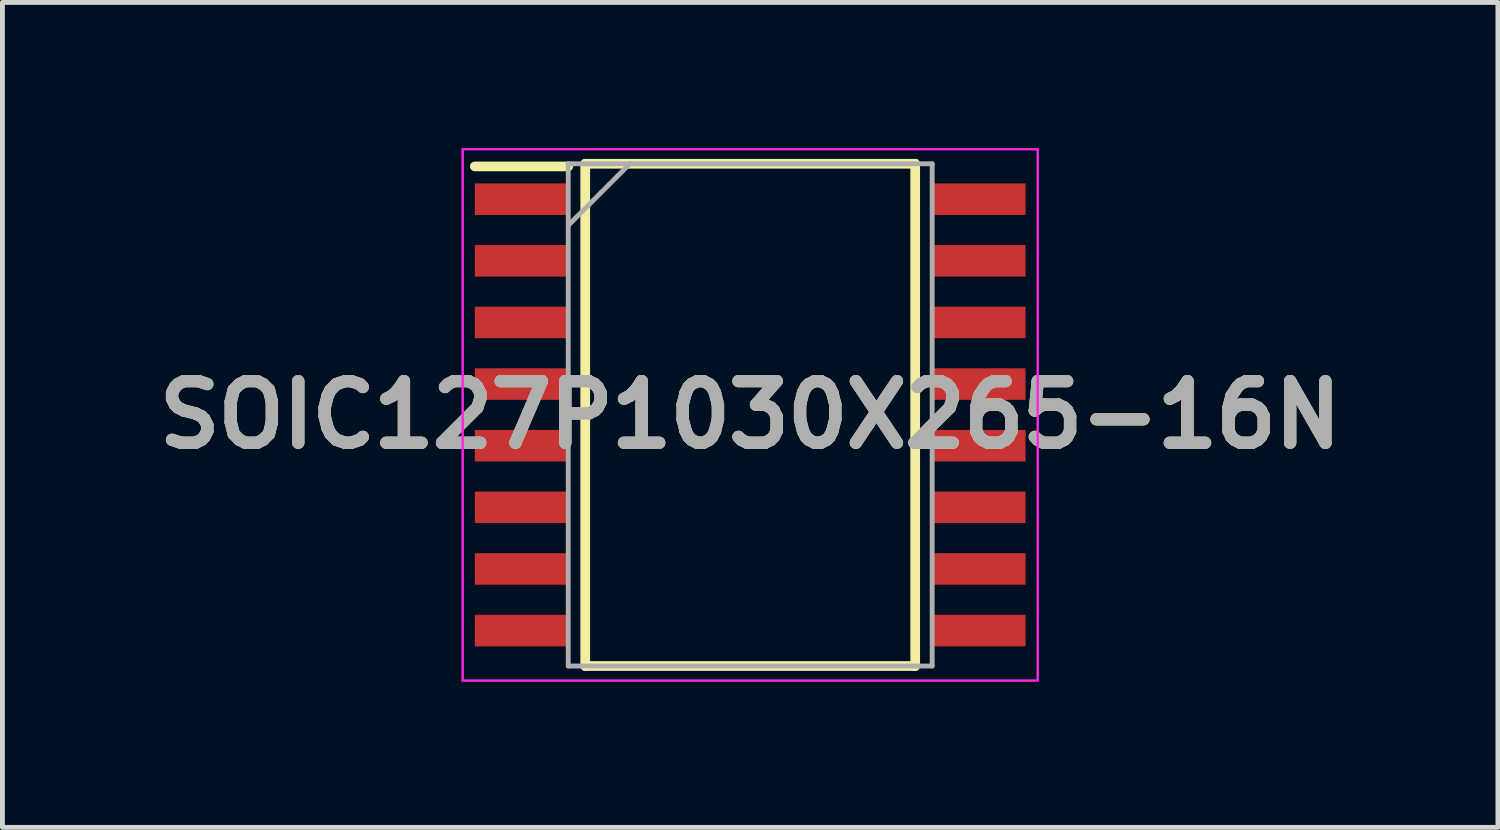
<source format=kicad_pcb>
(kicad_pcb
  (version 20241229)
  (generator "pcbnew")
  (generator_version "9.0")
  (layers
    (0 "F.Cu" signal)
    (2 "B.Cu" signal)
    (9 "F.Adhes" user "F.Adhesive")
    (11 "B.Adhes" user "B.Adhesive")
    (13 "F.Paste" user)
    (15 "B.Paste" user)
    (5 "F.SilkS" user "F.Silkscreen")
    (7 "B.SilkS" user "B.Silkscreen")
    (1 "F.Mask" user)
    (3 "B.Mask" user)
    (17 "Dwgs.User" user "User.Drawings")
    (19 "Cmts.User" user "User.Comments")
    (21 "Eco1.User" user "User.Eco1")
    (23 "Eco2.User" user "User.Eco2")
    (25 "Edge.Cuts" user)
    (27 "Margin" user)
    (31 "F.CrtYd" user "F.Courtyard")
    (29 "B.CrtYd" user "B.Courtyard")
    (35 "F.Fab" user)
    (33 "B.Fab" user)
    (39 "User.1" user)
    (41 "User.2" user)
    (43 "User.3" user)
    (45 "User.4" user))
  (footprint "SOIC127P1030X265-16N"
    (layer "F.Cu")
    (at 12.41 5.5)
    (property "Reference" "SOIC127P1030X265-16N" (at 0 0 0) (layer "F.SilkS") (effects (font (size 1.27 1.27) (thickness 0.254))))
    (attr smd)
    (fp_line (start -5.675 -5.12) (end -3.75 -5.12) (stroke (width 0.2) (type solid)) (layer "F.SilkS"))
    (fp_line (start -3.4 -5.175) (end 3.4 -5.175) (stroke (width 0.2) (type solid)) (layer "F.SilkS"))
    (fp_line (start -3.4 5.175) (end -3.4 -5.175) (stroke (width 0.2) (type solid)) (layer "F.SilkS"))
    (fp_line (start 3.4 -5.175) (end 3.4 5.175) (stroke (width 0.2) (type solid)) (layer "F.SilkS"))
    (fp_line (start 3.4 5.175) (end -3.4 5.175) (stroke (width 0.2) (type solid)) (layer "F.SilkS"))
    (fp_line (start -5.925 -5.475) (end 5.925 -5.475) (stroke (width 0.05) (type solid)) (layer "F.CrtYd"))
    (fp_line (start -5.925 5.475) (end -5.925 -5.475) (stroke (width 0.05) (type solid)) (layer "F.CrtYd"))
    (fp_line (start 5.925 -5.475) (end 5.925 5.475) (stroke (width 0.05) (type solid)) (layer "F.CrtYd"))
    (fp_line (start 5.925 5.475) (end -5.925 5.475) (stroke (width 0.05) (type solid)) (layer "F.CrtYd"))
    (fp_line (start -3.75 -5.175) (end 3.75 -5.175) (stroke (width 0.1) (type solid)) (layer "F.Fab"))
    (fp_line (start -3.75 -3.905) (end -2.48 -5.175) (stroke (width 0.1) (type solid)) (layer "F.Fab"))
    (fp_line (start -3.75 5.175) (end -3.75 -5.175) (stroke (width 0.1) (type solid)) (layer "F.Fab"))
    (fp_line (start 3.75 -5.175) (end 3.75 5.175) (stroke (width 0.1) (type solid)) (layer "F.Fab"))
    (fp_line (start 3.75 5.175) (end -3.75 5.175) (stroke (width 0.1) (type solid)) (layer "F.Fab"))
    (fp_text user "${REFERENCE}" (at 0 0 0) (layer "F.Fab") (effects (font (size 1.27 1.27) (thickness 0.254))))
    (pad "1" smd rect (at -4.712 -4.445 90) (size 0.65 1.925) (layers "F.Cu" "F.Mask" "F.Paste"))
    (pad "2" smd rect (at -4.712 -3.175 90) (size 0.65 1.925) (layers "F.Cu" "F.Mask" "F.Paste"))
    (pad "3" smd rect (at -4.712 -1.905 90) (size 0.65 1.925) (layers "F.Cu" "F.Mask" "F.Paste"))
    (pad "4" smd rect (at -4.712 -0.635 90) (size 0.65 1.925) (layers "F.Cu" "F.Mask" "F.Paste"))
    (pad "5" smd rect (at -4.712 0.635 90) (size 0.65 1.925) (layers "F.Cu" "F.Mask" "F.Paste"))
    (pad "6" smd rect (at -4.712 1.905 90) (size 0.65 1.925) (layers "F.Cu" "F.Mask" "F.Paste"))
    (pad "7" smd rect (at -4.712 3.175 90) (size 0.65 1.925) (layers "F.Cu" "F.Mask" "F.Paste"))
    (pad "8" smd rect (at -4.712 4.445 90) (size 0.65 1.925) (layers "F.Cu" "F.Mask" "F.Paste"))
    (pad "9" smd rect (at 4.712 4.445 90) (size 0.65 1.925) (layers "F.Cu" "F.Mask" "F.Paste"))
    (pad "10" smd rect (at 4.712 3.175 90) (size 0.65 1.925) (layers "F.Cu" "F.Mask" "F.Paste"))
    (pad "11" smd rect (at 4.712 1.905 90) (size 0.65 1.925) (layers "F.Cu" "F.Mask" "F.Paste"))
    (pad "12" smd rect (at 4.712 0.635 90) (size 0.65 1.925) (layers "F.Cu" "F.Mask" "F.Paste"))
    (pad "13" smd rect (at 4.712 -0.635 90) (size 0.65 1.925) (layers "F.Cu" "F.Mask" "F.Paste"))
    (pad "14" smd rect (at 4.712 -1.905 90) (size 0.65 1.925) (layers "F.Cu" "F.Mask" "F.Paste"))
    (pad "15" smd rect (at 4.712 -3.175 90) (size 0.65 1.925) (layers "F.Cu" "F.Mask" "F.Paste"))
    (pad "16" smd rect (at 4.712 -4.445 90) (size 0.65 1.925) (layers "F.Cu" "F.Mask" "F.Paste")))
  (gr_rect
    (start -3 -3)
    (end 27.819 14)
    (stroke (width 0.1) (type default))
    (fill no)
    (layer "Edge.Cuts")))
</source>
